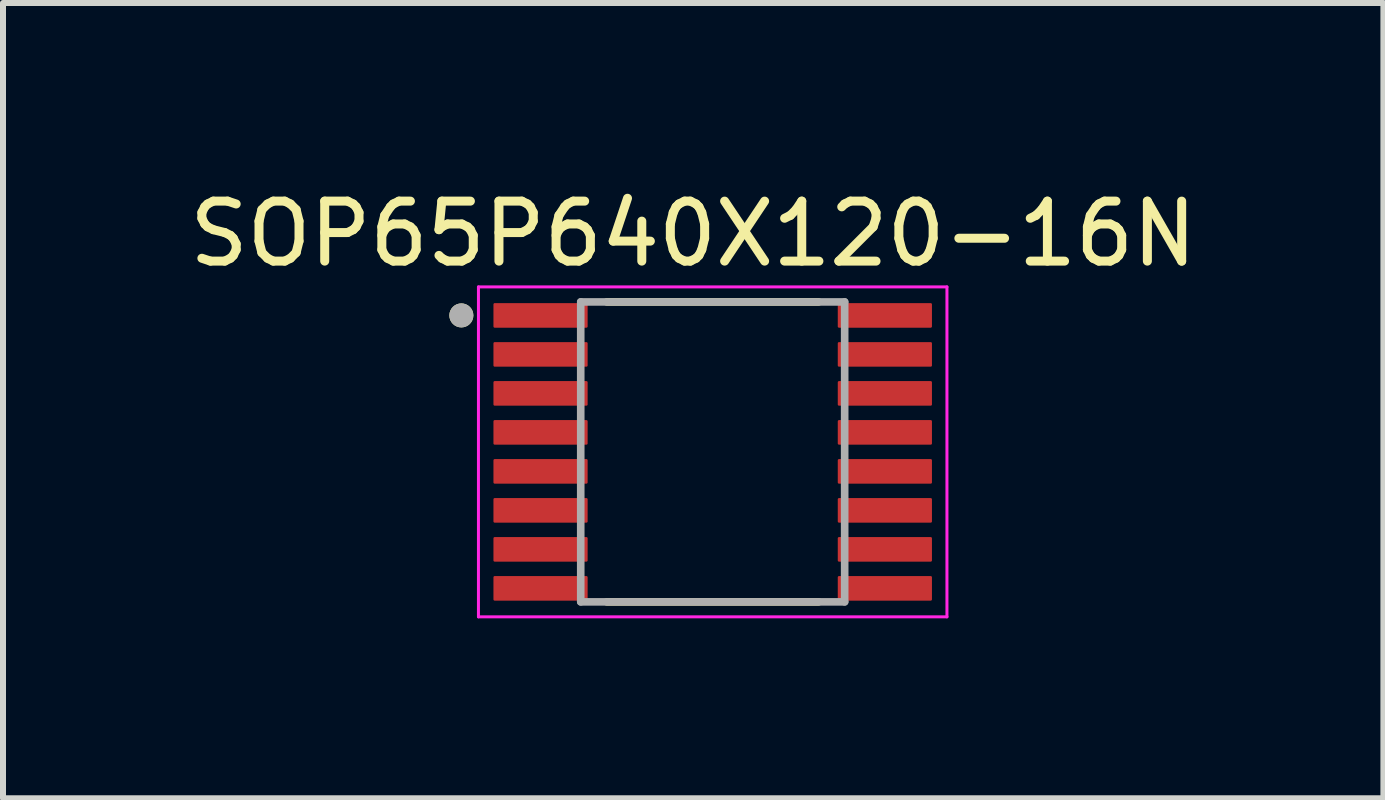
<source format=kicad_pcb>
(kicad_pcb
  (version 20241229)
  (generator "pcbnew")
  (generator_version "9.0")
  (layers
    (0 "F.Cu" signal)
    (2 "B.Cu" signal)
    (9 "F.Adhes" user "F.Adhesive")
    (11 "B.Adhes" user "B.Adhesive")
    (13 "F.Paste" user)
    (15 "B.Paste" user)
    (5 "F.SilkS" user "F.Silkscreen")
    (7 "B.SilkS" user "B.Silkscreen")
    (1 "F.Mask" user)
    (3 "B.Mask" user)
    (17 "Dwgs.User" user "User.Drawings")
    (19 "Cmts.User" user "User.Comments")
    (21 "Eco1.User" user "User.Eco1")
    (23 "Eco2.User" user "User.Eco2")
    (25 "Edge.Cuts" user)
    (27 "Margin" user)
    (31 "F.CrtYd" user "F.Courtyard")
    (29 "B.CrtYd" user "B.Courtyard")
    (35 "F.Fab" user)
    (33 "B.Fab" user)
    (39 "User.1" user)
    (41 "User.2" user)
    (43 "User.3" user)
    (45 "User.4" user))
  (footprint "SOP65P640X120-16N"
    (layer "F.Cu")
    (at 8.831 4.483)
    (property "Reference" "SOP65P640X120-16N" (at -0.325 -3.635 0) (layer "F.SilkS") (effects (font (size 1 1) (thickness 0.15))))
    (attr smd)
    (fp_line (start -1.765 -2.5) (end 1.765 -2.5) (stroke (width 0.127) (type solid)) (layer "F.SilkS"))
    (fp_line (start 1.765 2.5) (end -1.765 2.5) (stroke (width 0.127) (type solid)) (layer "F.SilkS"))
    (fp_circle (center -4.19 -2.275) (end -4.09 -2.275) (stroke (width 0.2) (type solid)) (fill no) (layer "F.SilkS"))
    (fp_line (start -3.905 -2.75) (end -3.905 2.75) (stroke (width 0.05) (type solid)) (layer "F.CrtYd"))
    (fp_line (start -3.905 -2.75) (end 3.905 -2.75) (stroke (width 0.05) (type solid)) (layer "F.CrtYd"))
    (fp_line (start -3.905 2.75) (end 3.905 2.75) (stroke (width 0.05) (type solid)) (layer "F.CrtYd"))
    (fp_line (start 3.905 -2.75) (end 3.905 2.75) (stroke (width 0.05) (type solid)) (layer "F.CrtYd"))
    (fp_line (start -2.2 -2.5) (end -2.2 2.5) (stroke (width 0.127) (type solid)) (layer "F.Fab"))
    (fp_line (start -2.2 -2.5) (end 2.2 -2.5) (stroke (width 0.127) (type solid)) (layer "F.Fab"))
    (fp_line (start -2.2 2.5) (end 2.2 2.5) (stroke (width 0.127) (type solid)) (layer "F.Fab"))
    (fp_line (start 2.2 -2.5) (end 2.2 2.5) (stroke (width 0.127) (type solid)) (layer "F.Fab"))
    (fp_circle (center -4.19 -2.275) (end -4.09 -2.275) (stroke (width 0.2) (type solid)) (fill no) (layer "F.Fab"))
    (pad "1" smd roundrect (at -2.87 -2.275) (size 1.57 0.41) (layers "F.Cu" "F.Mask" "F.Paste") (roundrect_rratio 0.05))
    (pad "2" smd roundrect (at -2.87 -1.625) (size 1.57 0.41) (layers "F.Cu" "F.Mask" "F.Paste") (roundrect_rratio 0.05))
    (pad "3" smd roundrect (at -2.87 -0.975) (size 1.57 0.41) (layers "F.Cu" "F.Mask" "F.Paste") (roundrect_rratio 0.05))
    (pad "4" smd roundrect (at -2.87 -0.325) (size 1.57 0.41) (layers "F.Cu" "F.Mask" "F.Paste") (roundrect_rratio 0.05))
    (pad "5" smd roundrect (at -2.87 0.325) (size 1.57 0.41) (layers "F.Cu" "F.Mask" "F.Paste") (roundrect_rratio 0.05))
    (pad "6" smd roundrect (at -2.87 0.975) (size 1.57 0.41) (layers "F.Cu" "F.Mask" "F.Paste") (roundrect_rratio 0.05))
    (pad "7" smd roundrect (at -2.87 1.625) (size 1.57 0.41) (layers "F.Cu" "F.Mask" "F.Paste") (roundrect_rratio 0.05))
    (pad "8" smd roundrect (at -2.87 2.275) (size 1.57 0.41) (layers "F.Cu" "F.Mask" "F.Paste") (roundrect_rratio 0.05))
    (pad "9" smd roundrect (at 2.87 2.275) (size 1.57 0.41) (layers "F.Cu" "F.Mask" "F.Paste") (roundrect_rratio 0.05))
    (pad "10" smd roundrect (at 2.87 1.625) (size 1.57 0.41) (layers "F.Cu" "F.Mask" "F.Paste") (roundrect_rratio 0.05))
    (pad "11" smd roundrect (at 2.87 0.975) (size 1.57 0.41) (layers "F.Cu" "F.Mask" "F.Paste") (roundrect_rratio 0.05))
    (pad "12" smd roundrect (at 2.87 0.325) (size 1.57 0.41) (layers "F.Cu" "F.Mask" "F.Paste") (roundrect_rratio 0.05))
    (pad "13" smd roundrect (at 2.87 -0.325) (size 1.57 0.41) (layers "F.Cu" "F.Mask" "F.Paste") (roundrect_rratio 0.05))
    (pad "14" smd roundrect (at 2.87 -0.975) (size 1.57 0.41) (layers "F.Cu" "F.Mask" "F.Paste") (roundrect_rratio 0.05))
    (pad "15" smd roundrect (at 2.87 -1.625) (size 1.57 0.41) (layers "F.Cu" "F.Mask" "F.Paste") (roundrect_rratio 0.05))
    (pad "16" smd roundrect (at 2.87 -2.275) (size 1.57 0.41) (layers "F.Cu" "F.Mask" "F.Paste") (roundrect_rratio 0.05)))
  (gr_rect
    (start -3 -3)
    (end 20.012 10.258)
    (stroke (width 0.1) (type default))
    (fill no)
    (layer "Edge.Cuts")))
</source>
